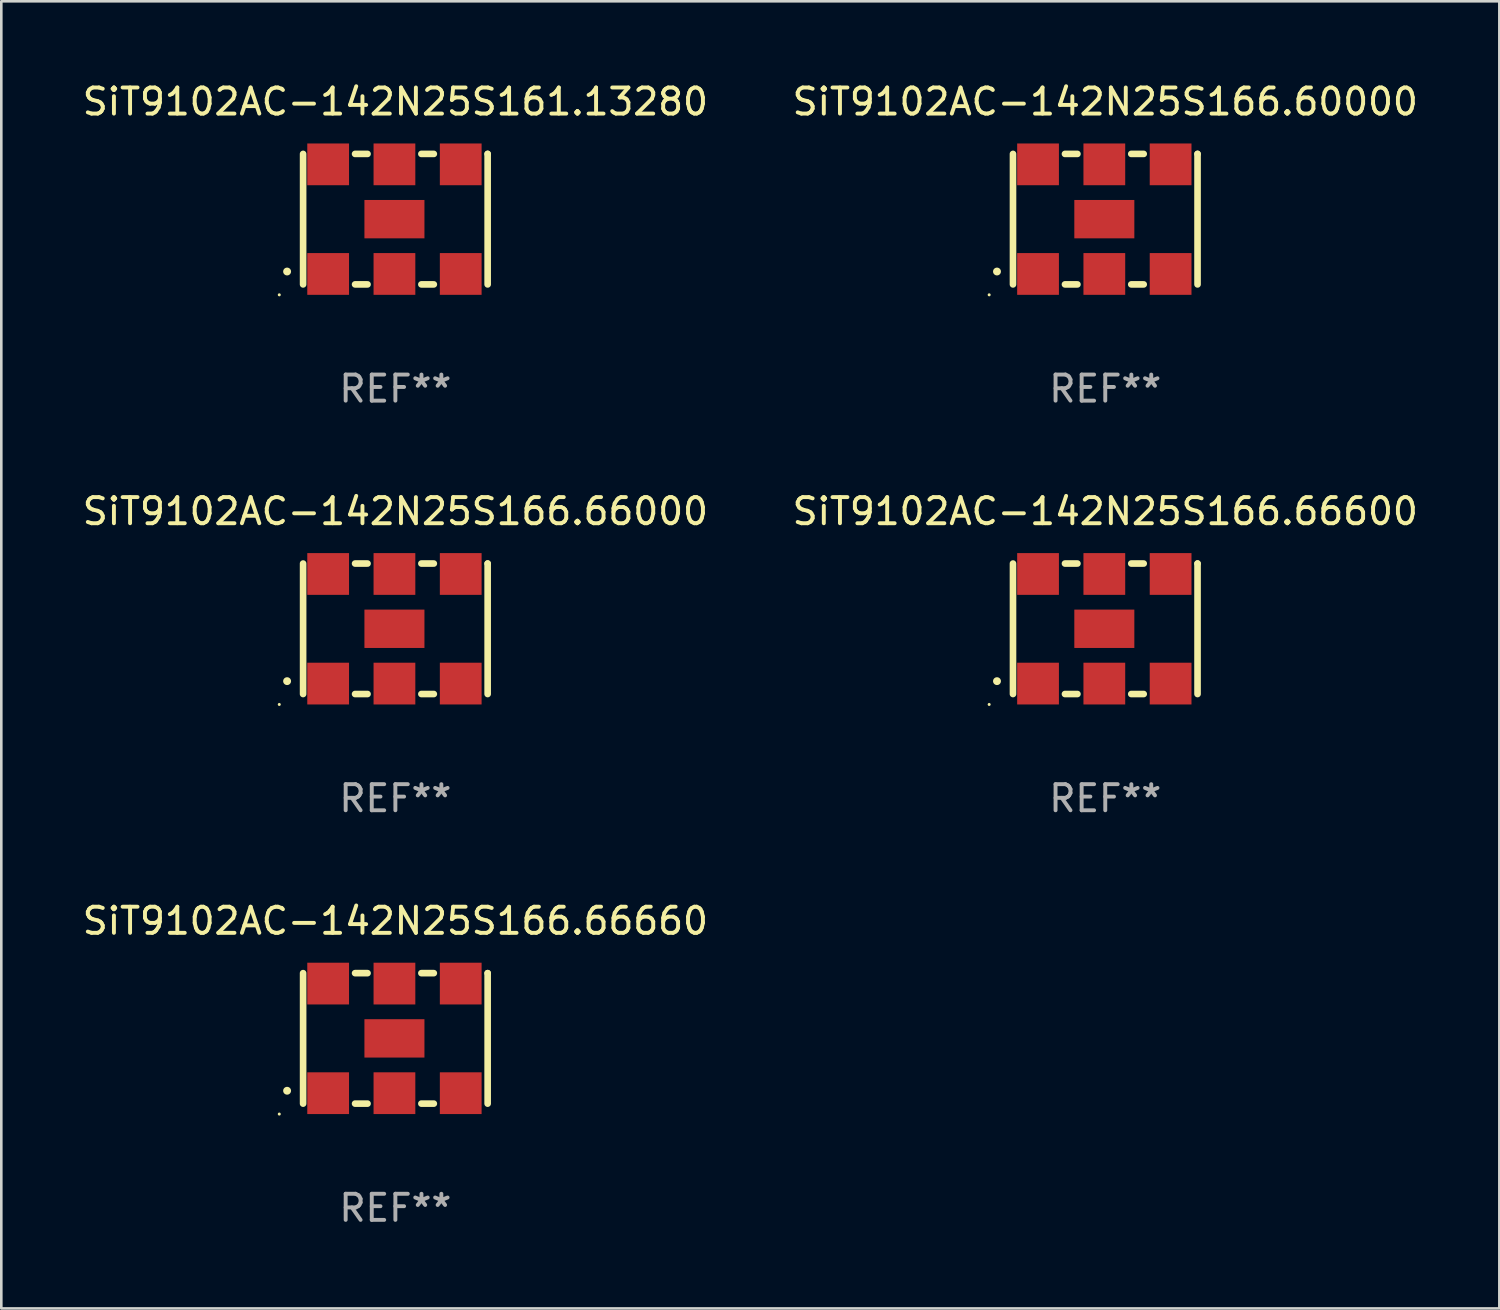
<source format=kicad_pcb>
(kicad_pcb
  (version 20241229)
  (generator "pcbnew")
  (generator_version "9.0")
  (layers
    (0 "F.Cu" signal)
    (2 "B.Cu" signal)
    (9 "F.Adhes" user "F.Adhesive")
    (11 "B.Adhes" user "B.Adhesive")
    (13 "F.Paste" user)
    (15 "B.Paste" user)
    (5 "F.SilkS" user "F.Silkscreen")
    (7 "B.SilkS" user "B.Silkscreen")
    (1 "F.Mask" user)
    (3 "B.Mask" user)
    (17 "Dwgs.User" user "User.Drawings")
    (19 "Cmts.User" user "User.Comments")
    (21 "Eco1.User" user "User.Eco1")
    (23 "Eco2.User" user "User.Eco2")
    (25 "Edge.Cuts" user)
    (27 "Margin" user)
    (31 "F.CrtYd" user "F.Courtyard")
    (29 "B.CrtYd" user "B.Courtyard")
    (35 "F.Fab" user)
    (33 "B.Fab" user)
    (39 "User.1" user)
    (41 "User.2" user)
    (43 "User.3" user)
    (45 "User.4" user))
  (footprint "SiT9102AC-142N25S166.66000"
    (layer "F.Cu")
    (at 12.101 21.045)
    (property "Reference" "SiT9102AC-142N25S166.66000" (at 0 -4.5 0) (layer "F.SilkS") (effects (font (size 1 1) (thickness 0.15))))
    (attr through_hole)
    (fp_line (start -3.536 -2.5) (end -3.536 2.5) (stroke (width 0.254) (type solid)) (layer "F.SilkS"))
    (fp_line (start -1.544 2.5) (end -1.067 2.5) (stroke (width 0.254) (type solid)) (layer "F.SilkS"))
    (fp_line (start -1.067 -2.5) (end -1.544 -2.5) (stroke (width 0.254) (type solid)) (layer "F.SilkS"))
    (fp_line (start 0.996 2.5) (end 1.473 2.5) (stroke (width 0.254) (type solid)) (layer "F.SilkS"))
    (fp_line (start 1.473 -2.5) (end 0.996 -2.5) (stroke (width 0.254) (type solid)) (layer "F.SilkS"))
    (fp_line (start 3.536 -2.5) (end 3.536 -2.5) (stroke (width 0.254) (type solid)) (layer "F.SilkS"))
    (fp_line (start 3.536 2.5) (end 3.536 -2.5) (stroke (width 0.254) (type solid)) (layer "F.SilkS"))
    (fp_arc (start -4.150432 2.006604) (mid -4.149162 2.006599) (end -4.147892 2.006604) (stroke (width 0.3) (type solid)) (layer "F.SilkS"))
    (fp_circle (center -4.449 2.9) (end -4.419 2.9) (stroke (width 0.06) (type solid)) (fill no) (layer "F.SilkS"))
    (fp_text user "REF**" (at 0 6.5 0) (layer "F.Fab") (effects (font (size 1 1) (thickness 0.15))))
    (pad "1" smd rect (at -2.576 2.1) (size 1.6 1.6) (layers "F.Cu" "F.Mask" "F.Paste"))
    (pad "2" smd rect (at -0.036 2.1) (size 1.6 1.6) (layers "F.Cu" "F.Mask" "F.Paste"))
    (pad "3" smd rect (at 2.504 2.1) (size 1.6 1.6) (layers "F.Cu" "F.Mask" "F.Paste"))
    (pad "4" smd rect (at 2.504 -2.1) (size 1.6 1.6) (layers "F.Cu" "F.Mask" "F.Paste"))
    (pad "5" smd rect (at -0.036 -2.1) (size 1.6 1.6) (layers "F.Cu" "F.Mask" "F.Paste"))
    (pad "6" smd rect (at -2.576 -2.1) (size 1.6 1.6) (layers "F.Cu" "F.Mask" "F.Paste"))
    (pad "7" smd rect (at -0.036 0) (size 2.3 1.47) (layers "F.Cu" "F.Mask" "F.Paste")))
  (footprint "SiT9102AC-142N25S166.66660"
    (layer "F.Cu")
    (at 12.101 36.741)
    (property "Reference" "SiT9102AC-142N25S166.66660" (at 0 -4.5 0) (layer "F.SilkS") (effects (font (size 1 1) (thickness 0.15))))
    (attr through_hole)
    (fp_line (start -3.536 -2.5) (end -3.536 2.5) (stroke (width 0.254) (type solid)) (layer "F.SilkS"))
    (fp_line (start -1.544 2.5) (end -1.067 2.5) (stroke (width 0.254) (type solid)) (layer "F.SilkS"))
    (fp_line (start -1.067 -2.5) (end -1.544 -2.5) (stroke (width 0.254) (type solid)) (layer "F.SilkS"))
    (fp_line (start 0.996 2.5) (end 1.473 2.5) (stroke (width 0.254) (type solid)) (layer "F.SilkS"))
    (fp_line (start 1.473 -2.5) (end 0.996 -2.5) (stroke (width 0.254) (type solid)) (layer "F.SilkS"))
    (fp_line (start 3.536 -2.5) (end 3.536 -2.5) (stroke (width 0.254) (type solid)) (layer "F.SilkS"))
    (fp_line (start 3.536 2.5) (end 3.536 -2.5) (stroke (width 0.254) (type solid)) (layer "F.SilkS"))
    (fp_arc (start -4.150432 2.006604) (mid -4.149162 2.006599) (end -4.147892 2.006604) (stroke (width 0.3) (type solid)) (layer "F.SilkS"))
    (fp_circle (center -4.449 2.9) (end -4.419 2.9) (stroke (width 0.06) (type solid)) (fill no) (layer "F.SilkS"))
    (fp_text user "REF**" (at 0 6.5 0) (layer "F.Fab") (effects (font (size 1 1) (thickness 0.15))))
    (pad "1" smd rect (at -2.576 2.1) (size 1.6 1.6) (layers "F.Cu" "F.Mask" "F.Paste"))
    (pad "2" smd rect (at -0.036 2.1) (size 1.6 1.6) (layers "F.Cu" "F.Mask" "F.Paste"))
    (pad "3" smd rect (at 2.504 2.1) (size 1.6 1.6) (layers "F.Cu" "F.Mask" "F.Paste"))
    (pad "4" smd rect (at 2.504 -2.1) (size 1.6 1.6) (layers "F.Cu" "F.Mask" "F.Paste"))
    (pad "5" smd rect (at -0.036 -2.1) (size 1.6 1.6) (layers "F.Cu" "F.Mask" "F.Paste"))
    (pad "6" smd rect (at -2.576 -2.1) (size 1.6 1.6) (layers "F.Cu" "F.Mask" "F.Paste"))
    (pad "7" smd rect (at -0.036 0) (size 2.3 1.47) (layers "F.Cu" "F.Mask" "F.Paste")))
  (footprint "SiT9102AC-142N25S166.66600"
    (layer "F.Cu")
    (at 39.304 21.045)
    (property "Reference" "SiT9102AC-142N25S166.66600" (at 0 -4.5 0) (layer "F.SilkS") (effects (font (size 1 1) (thickness 0.15))))
    (attr through_hole)
    (fp_line (start -3.536 -2.5) (end -3.536 2.5) (stroke (width 0.254) (type solid)) (layer "F.SilkS"))
    (fp_line (start -1.544 2.5) (end -1.067 2.5) (stroke (width 0.254) (type solid)) (layer "F.SilkS"))
    (fp_line (start -1.067 -2.5) (end -1.544 -2.5) (stroke (width 0.254) (type solid)) (layer "F.SilkS"))
    (fp_line (start 0.996 2.5) (end 1.473 2.5) (stroke (width 0.254) (type solid)) (layer "F.SilkS"))
    (fp_line (start 1.473 -2.5) (end 0.996 -2.5) (stroke (width 0.254) (type solid)) (layer "F.SilkS"))
    (fp_line (start 3.536 -2.5) (end 3.536 -2.5) (stroke (width 0.254) (type solid)) (layer "F.SilkS"))
    (fp_line (start 3.536 2.5) (end 3.536 -2.5) (stroke (width 0.254) (type solid)) (layer "F.SilkS"))
    (fp_arc (start -4.150432 2.006604) (mid -4.149162 2.006599) (end -4.147892 2.006604) (stroke (width 0.3) (type solid)) (layer "F.SilkS"))
    (fp_circle (center -4.449 2.9) (end -4.419 2.9) (stroke (width 0.06) (type solid)) (fill no) (layer "F.SilkS"))
    (fp_text user "REF**" (at 0 6.5 0) (layer "F.Fab") (effects (font (size 1 1) (thickness 0.15))))
    (pad "1" smd rect (at -2.576 2.1) (size 1.6 1.6) (layers "F.Cu" "F.Mask" "F.Paste"))
    (pad "2" smd rect (at -0.036 2.1) (size 1.6 1.6) (layers "F.Cu" "F.Mask" "F.Paste"))
    (pad "3" smd rect (at 2.504 2.1) (size 1.6 1.6) (layers "F.Cu" "F.Mask" "F.Paste"))
    (pad "4" smd rect (at 2.504 -2.1) (size 1.6 1.6) (layers "F.Cu" "F.Mask" "F.Paste"))
    (pad "5" smd rect (at -0.036 -2.1) (size 1.6 1.6) (layers "F.Cu" "F.Mask" "F.Paste"))
    (pad "6" smd rect (at -2.576 -2.1) (size 1.6 1.6) (layers "F.Cu" "F.Mask" "F.Paste"))
    (pad "7" smd rect (at -0.036 0) (size 2.3 1.47) (layers "F.Cu" "F.Mask" "F.Paste")))
  (footprint "SiT9102AC-142N25S166.60000"
    (layer "F.Cu")
    (at 39.304 5.348)
    (property "Reference" "SiT9102AC-142N25S166.60000" (at 0 -4.5 0) (layer "F.SilkS") (effects (font (size 1 1) (thickness 0.15))))
    (attr through_hole)
    (fp_line (start -3.536 -2.5) (end -3.536 2.5) (stroke (width 0.254) (type solid)) (layer "F.SilkS"))
    (fp_line (start -1.544 2.5) (end -1.067 2.5) (stroke (width 0.254) (type solid)) (layer "F.SilkS"))
    (fp_line (start -1.067 -2.5) (end -1.544 -2.5) (stroke (width 0.254) (type solid)) (layer "F.SilkS"))
    (fp_line (start 0.996 2.5) (end 1.473 2.5) (stroke (width 0.254) (type solid)) (layer "F.SilkS"))
    (fp_line (start 1.473 -2.5) (end 0.996 -2.5) (stroke (width 0.254) (type solid)) (layer "F.SilkS"))
    (fp_line (start 3.536 -2.5) (end 3.536 -2.5) (stroke (width 0.254) (type solid)) (layer "F.SilkS"))
    (fp_line (start 3.536 2.5) (end 3.536 -2.5) (stroke (width 0.254) (type solid)) (layer "F.SilkS"))
    (fp_arc (start -4.150432 2.006604) (mid -4.149162 2.006599) (end -4.147892 2.006604) (stroke (width 0.3) (type solid)) (layer "F.SilkS"))
    (fp_circle (center -4.449 2.9) (end -4.419 2.9) (stroke (width 0.06) (type solid)) (fill no) (layer "F.SilkS"))
    (fp_text user "REF**" (at 0 6.5 0) (layer "F.Fab") (effects (font (size 1 1) (thickness 0.15))))
    (pad "1" smd rect (at -2.576 2.1) (size 1.6 1.6) (layers "F.Cu" "F.Mask" "F.Paste"))
    (pad "2" smd rect (at -0.036 2.1) (size 1.6 1.6) (layers "F.Cu" "F.Mask" "F.Paste"))
    (pad "3" smd rect (at 2.504 2.1) (size 1.6 1.6) (layers "F.Cu" "F.Mask" "F.Paste"))
    (pad "4" smd rect (at 2.504 -2.1) (size 1.6 1.6) (layers "F.Cu" "F.Mask" "F.Paste"))
    (pad "5" smd rect (at -0.036 -2.1) (size 1.6 1.6) (layers "F.Cu" "F.Mask" "F.Paste"))
    (pad "6" smd rect (at -2.576 -2.1) (size 1.6 1.6) (layers "F.Cu" "F.Mask" "F.Paste"))
    (pad "7" smd rect (at -0.036 0) (size 2.3 1.47) (layers "F.Cu" "F.Mask" "F.Paste")))
  (footprint "SiT9102AC-142N25S161.13280"
    (layer "F.Cu")
    (at 12.101 5.348)
    (property "Reference" "SiT9102AC-142N25S161.13280" (at 0 -4.5 0) (layer "F.SilkS") (effects (font (size 1 1) (thickness 0.15))))
    (attr through_hole)
    (fp_line (start -3.536 -2.5) (end -3.536 2.5) (stroke (width 0.254) (type solid)) (layer "F.SilkS"))
    (fp_line (start -1.544 2.5) (end -1.067 2.5) (stroke (width 0.254) (type solid)) (layer "F.SilkS"))
    (fp_line (start -1.067 -2.5) (end -1.544 -2.5) (stroke (width 0.254) (type solid)) (layer "F.SilkS"))
    (fp_line (start 0.996 2.5) (end 1.473 2.5) (stroke (width 0.254) (type solid)) (layer "F.SilkS"))
    (fp_line (start 1.473 -2.5) (end 0.996 -2.5) (stroke (width 0.254) (type solid)) (layer "F.SilkS"))
    (fp_line (start 3.536 -2.5) (end 3.536 -2.5) (stroke (width 0.254) (type solid)) (layer "F.SilkS"))
    (fp_line (start 3.536 2.5) (end 3.536 -2.5) (stroke (width 0.254) (type solid)) (layer "F.SilkS"))
    (fp_arc (start -4.150432 2.006604) (mid -4.149162 2.006599) (end -4.147892 2.006604) (stroke (width 0.3) (type solid)) (layer "F.SilkS"))
    (fp_circle (center -4.449 2.9) (end -4.419 2.9) (stroke (width 0.06) (type solid)) (fill no) (layer "F.SilkS"))
    (fp_text user "REF**" (at 0 6.5 0) (layer "F.Fab") (effects (font (size 1 1) (thickness 0.15))))
    (pad "1" smd rect (at -2.576 2.1) (size 1.6 1.6) (layers "F.Cu" "F.Mask" "F.Paste"))
    (pad "2" smd rect (at -0.036 2.1) (size 1.6 1.6) (layers "F.Cu" "F.Mask" "F.Paste"))
    (pad "3" smd rect (at 2.504 2.1) (size 1.6 1.6) (layers "F.Cu" "F.Mask" "F.Paste"))
    (pad "4" smd rect (at 2.504 -2.1) (size 1.6 1.6) (layers "F.Cu" "F.Mask" "F.Paste"))
    (pad "5" smd rect (at -0.036 -2.1) (size 1.6 1.6) (layers "F.Cu" "F.Mask" "F.Paste"))
    (pad "6" smd rect (at -2.576 -2.1) (size 1.6 1.6) (layers "F.Cu" "F.Mask" "F.Paste"))
    (pad "7" smd rect (at -0.036 0) (size 2.3 1.47) (layers "F.Cu" "F.Mask" "F.Paste")))
  (gr_rect
    (start -3 -3)
    (end 54.405 47.09)
    (stroke (width 0.1) (type default))
    (fill no)
    (layer "Edge.Cuts")))
</source>
